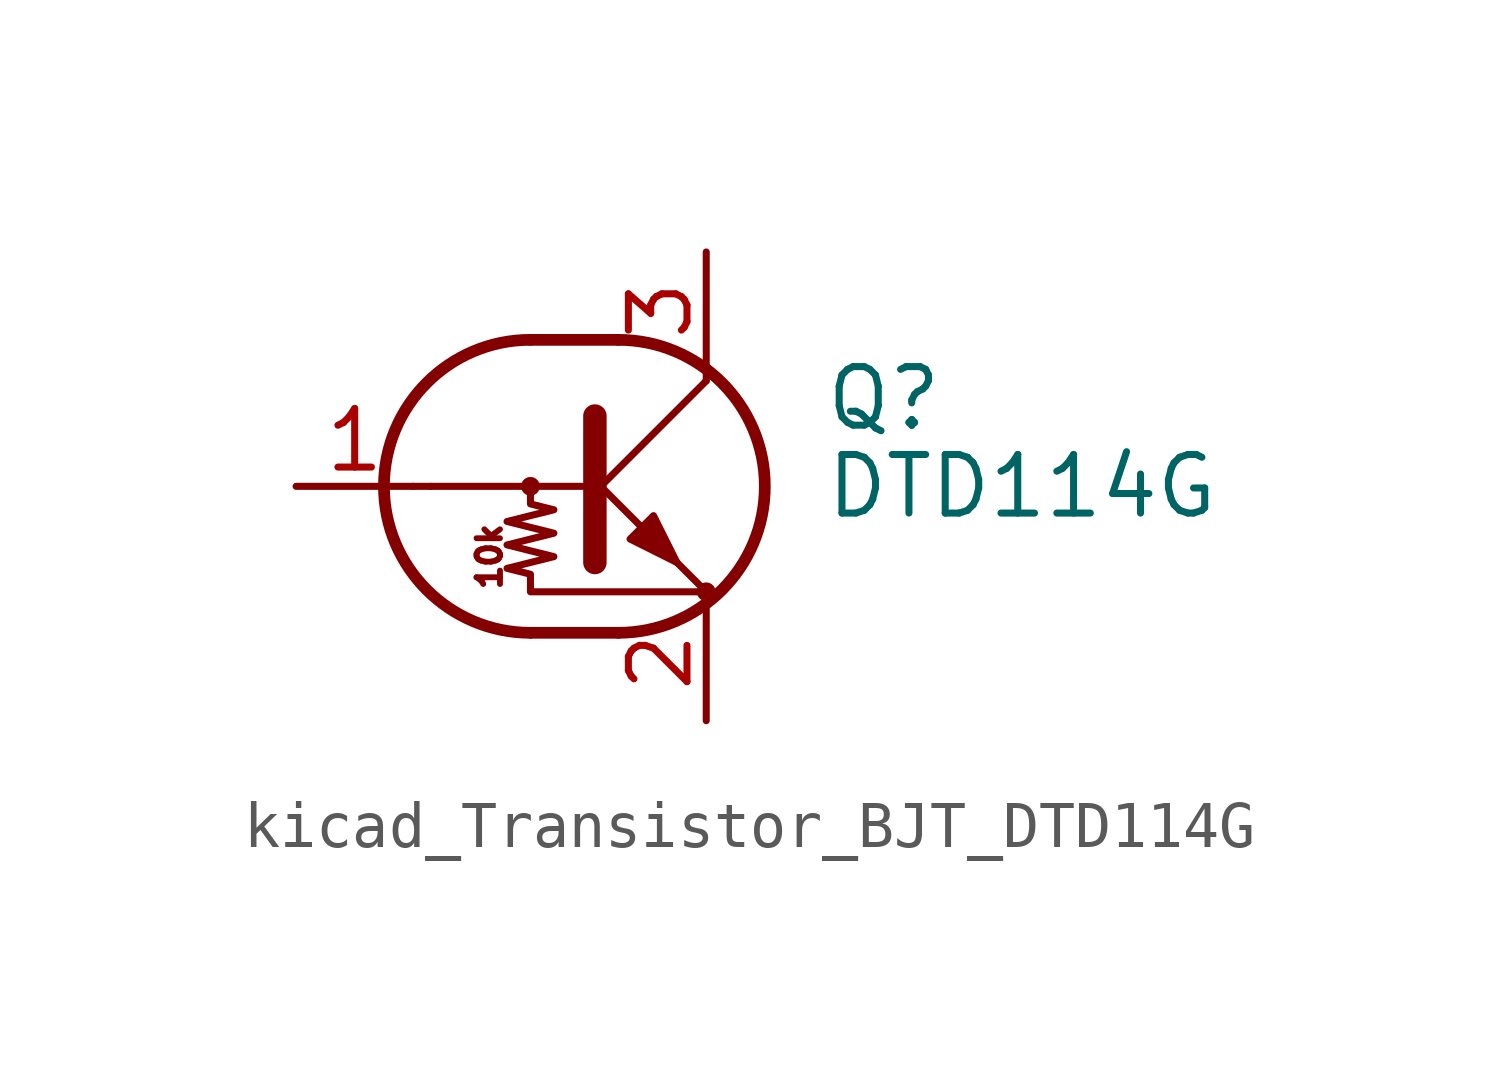
<source format=kicad_sym>
(kicad_symbol_lib
  (version 20220914)
  (generator kicad_symbol_editor)
  (symbol "kicad_Transistor_BJT_DTD114G"
    (pin_names
      (offset 0) hide)
    (property "Reference" "Q"
      (at 5.08 1.905 0)
      (effects (font (size 1.27 1.27)) (justify left)))
    (property "Value" "DTD114G"
      (at 5.08 0 0)
      (effects (font (size 1.27 1.27)) (justify left)))
    (symbol "kicad_Transistor_BJT_DTD114G_0_0"
      (polyline (pts (xy -3.429 0) (xy 0 0)) (stroke (width 0) (type default)) (fill (type none)))
      (text "10k" (at -2.159 -1.524 900) (effects (font (size 0.508 0.508)))))
    (symbol "kicad_Transistor_BJT_DTD114G_0_1"
      (circle (center -1.27 0) (radius 0.127) (stroke (width 0) (type default)) (fill (type none)))
      (arc (start -1.27 3.175) (mid -4.4312 0) (end -1.27 -3.175) (stroke (width 0.254) (type default)) (fill (type none)))
      (polyline (pts (xy -3.429 0) (xy -3.81 0)) (stroke (width 0) (type default)) (fill (type none)))
      (polyline (pts (xy -1.27 -3.175) (xy 0.635 -3.175)) (stroke (width 0.254) (type default)) (fill (type none)))
      (polyline (pts (xy -1.27 3.175) (xy 0.635 3.175)) (stroke (width 0.254) (type default)) (fill (type none)))
      (polyline (pts (xy 0 -0.254) (xy 2.54 2.286)) (stroke (width 0) (type default)) (fill (type none)))
      (polyline (pts (xy 0.127 1.524) (xy 0.127 -1.651)) (stroke (width 0.508) (type default)) (fill (type outline)))
      (polyline (pts (xy 2.54 2.286) (xy 2.54 2.54)) (stroke (width 0) (type default)) (fill (type none)))
      (polyline (pts (xy 2.54 -2.286) (xy 0 0.254) (xy 0 0.254)) (stroke (width 0) (type default)) (fill (type none)))
      (polyline (pts (xy 0.889 -1.143) (xy 1.397 -0.635) (xy 1.905 -1.651) (xy 0.889 -1.143)) (stroke (width 0) (type default)) (fill (type outline)))
      (polyline (pts (xy -1.27 0) (xy -1.27 -0.381) (xy -0.762 -0.508) (xy -1.778 -0.762) (xy -0.762 -1.016) (xy -1.778 -1.27) (xy -0.762 -1.524) (xy -1.778 -1.778) (xy -1.27 -1.905) (xy -1.27 -2.286) (xy 2.54 -2.286)) (stroke (width 0) (type default)) (fill (type none)))
      (arc (start 0.635 -3.175) (mid 3.7962 0) (end 0.635 3.175) (stroke (width 0.254) (type default)) (fill (type none)))
      (circle (center 2.54 -2.286) (radius 0.127) (stroke (width 0) (type default)) (fill (type none))))
    (symbol "kicad_Transistor_BJT_DTD114G_1_1"
      (pin input line (at -6.35 0 0) (length 2.54) (name "B" (effects (font (size 1.27 1.27)))) (number "1" (effects (font (size 1.27 1.27)))))
      (pin passive line (at 2.54 -5.08 90) (length 2.54) (name "E" (effects (font (size 1.27 1.27)))) (number "2" (effects (font (size 1.27 1.27)))))
      (pin passive line (at 2.54 5.08 270) (length 2.54) (name "C" (effects (font (size 1.27 1.27)))) (number "3" (effects (font (size 1.27 1.27))))))))
</source>
